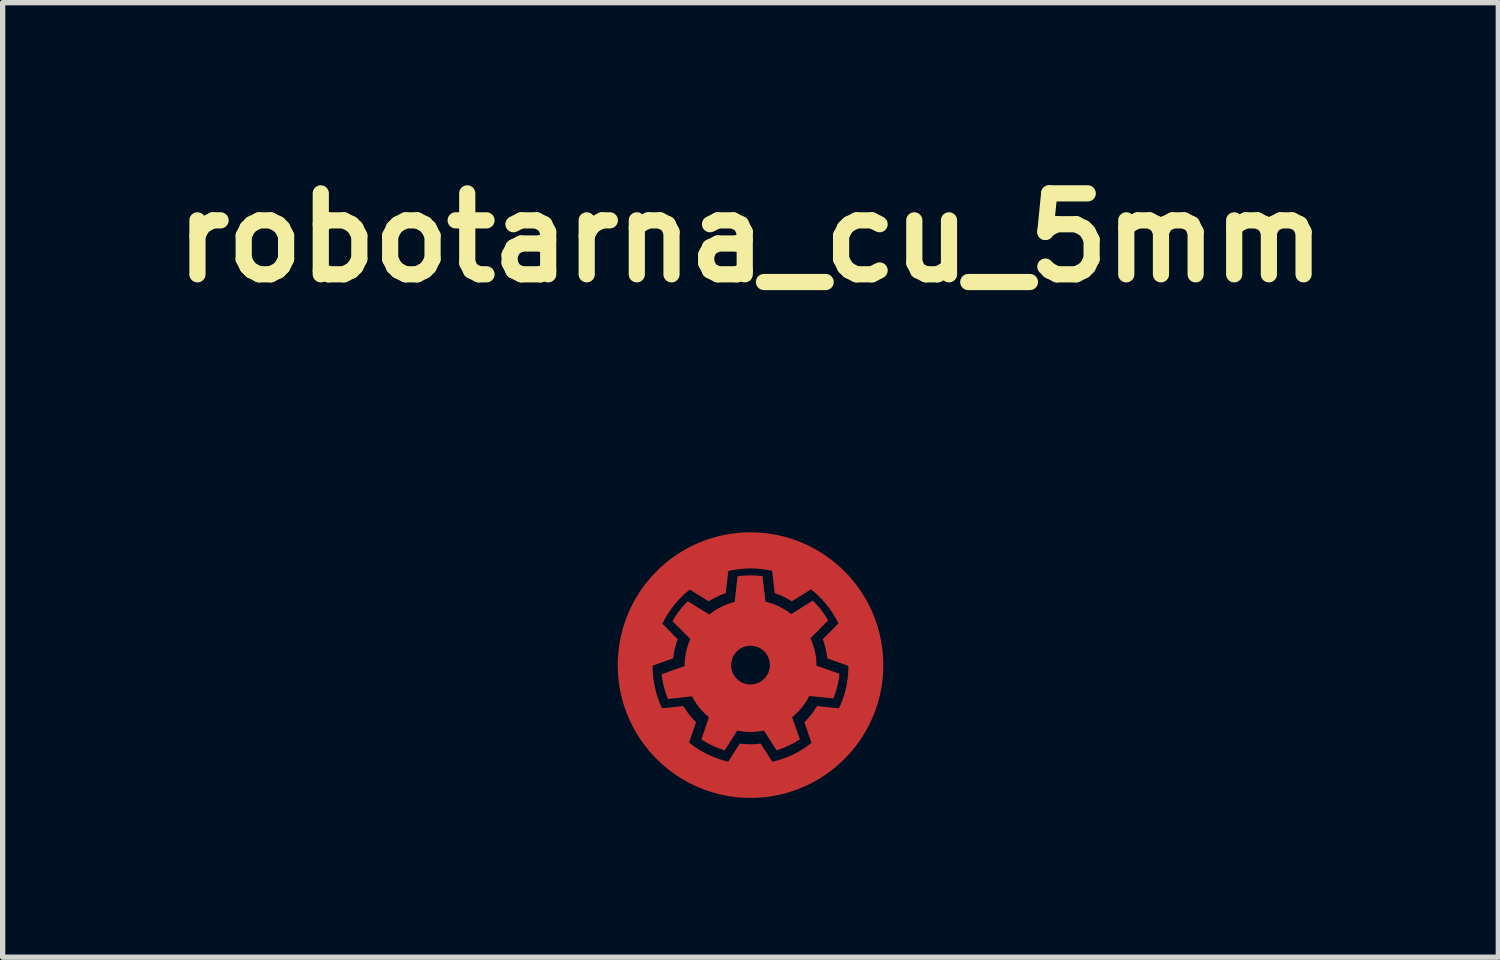
<source format=kicad_pcb>
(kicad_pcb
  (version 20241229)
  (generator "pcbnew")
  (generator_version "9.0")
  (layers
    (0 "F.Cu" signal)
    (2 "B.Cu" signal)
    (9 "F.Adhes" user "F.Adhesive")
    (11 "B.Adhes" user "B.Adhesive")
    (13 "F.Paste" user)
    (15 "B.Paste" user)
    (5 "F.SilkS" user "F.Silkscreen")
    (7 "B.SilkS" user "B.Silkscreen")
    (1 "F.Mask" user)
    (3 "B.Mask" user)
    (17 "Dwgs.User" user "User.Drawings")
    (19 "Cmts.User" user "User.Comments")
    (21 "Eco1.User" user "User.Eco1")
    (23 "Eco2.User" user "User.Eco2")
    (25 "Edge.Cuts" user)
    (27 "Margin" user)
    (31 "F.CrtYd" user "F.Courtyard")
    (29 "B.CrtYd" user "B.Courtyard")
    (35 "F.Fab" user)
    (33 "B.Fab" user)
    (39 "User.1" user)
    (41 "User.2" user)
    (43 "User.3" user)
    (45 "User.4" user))
  (footprint "robotarna_cu_5mm"
    (layer "F.Cu")
    (at 11.082 9.474)
    (property "Reference" "robotarna_cu_5mm" (at 0 -8.048 0) (layer "F.SilkS") (effects (font (size 1.524 1.524) (thickness 0.305))))
    (attr smd)
    (fp_poly (pts (xy -0.000004 0.365) (xy -1.653 0.307) (xy -1.648 0.333) (xy -1.642 0.36) (xy -1.636 0.386) (xy -1.63 0.412) (xy -1.623 0.438) (xy -1.616 0.463) (xy -1.608 0.489) (xy -1.6 0.514) (xy -1.592 0.539) (xy -1.583 0.564) (xy -1.574 0.589) (xy -1.564 0.614) (xy -1.554 0.638) (xy -1.102 0.588) (xy -1.089 0.612) (xy -1.076 0.635) (xy -1.063 0.658) (xy -1.048 0.681) (xy -1.034 0.704) (xy -1.019 0.726) (xy -1.003 0.748) (xy -0.987 0.769) (xy -0.971 0.79) (xy -0.954 0.811) (xy -0.936 0.831) (xy -0.918 0.851) (xy -0.9 0.871) (xy -0.882 0.89) (xy -0.863 0.909) (xy -0.843 0.927) (xy -0.823 0.945) (xy -0.803 0.963) (xy -0.783 0.98) (xy -0.925 1.399) (xy -0.903 1.413) (xy -0.88 1.428) (xy -0.857 1.441) (xy -0.834 1.455) (xy -0.81 1.468) (xy -0.786 1.481) (xy -0.762 1.494) (xy -0.738 1.506) (xy -0.714 1.517) (xy -0.689 1.529) (xy -0.664 1.54) (xy -0.639 1.55) (xy -0.614 1.56) (xy -0.588 1.57) (xy -0.563 1.579) (xy -0.537 1.588) (xy -0.511 1.597) (xy -0.485 1.605) (xy -0.25 1.233) (xy -0.223 1.238) (xy -0.196 1.243) (xy -0.169 1.247) (xy -0.141 1.25) (xy -0.114 1.253) (xy -0.086 1.255) (xy -0.058 1.257) (xy -0.029 1.258) (xy -0.001 1.258) (xy 0.025 1.258) (xy 0.051 1.257) (xy 0.077 1.256) (xy 0.102 1.254) (xy 0.128 1.252) (xy 0.153 1.249) (xy 0.178 1.246) (xy 0.203 1.242) (xy 0.228 1.237) (xy 0.253 1.233) (xy 0.49 1.604) (xy 0.517 1.596) (xy 0.543 1.587) (xy 0.568 1.578) (xy 0.594 1.569) (xy 0.619 1.559) (xy 0.645 1.549) (xy 0.669 1.538) (xy 0.694 1.527) (xy 0.719 1.516) (xy 0.743 1.504) (xy 0.767 1.492) (xy 0.791 1.479) (xy 0.815 1.466) (xy 0.838 1.453) (xy 0.862 1.44) (xy 0.885 1.426) (xy 0.907 1.411) (xy 0.93 1.397) (xy 0.784 0.98) (xy 0.805 0.962) (xy 0.826 0.945) (xy 0.846 0.926) (xy 0.865 0.908) (xy 0.885 0.889) (xy 0.904 0.869) (xy 0.922 0.849) (xy 0.94 0.829) (xy 0.958 0.808) (xy 0.975 0.787) (xy 0.991 0.765) (xy 1.007 0.744) (xy 1.023 0.721) (xy 1.038 0.699) (xy 1.053 0.676) (xy 1.067 0.653) (xy 1.081 0.629) (xy 1.094 0.605) (xy 1.107 0.581) (xy 1.56 0.628) (xy 1.569 0.604) (xy 1.579 0.579) (xy 1.588 0.554) (xy 1.596 0.53) (xy 1.605 0.504) (xy 1.612 0.479) (xy 1.62 0.454) (xy 1.627 0.428) (xy 1.634 0.402) (xy 1.64 0.376) (xy 1.646 0.35) (xy 1.651 0.324) (xy 1.656 0.297) (xy 1.661 0.271) (xy 1.665 0.244) (xy 1.669 0.217) (xy 1.672 0.19) (xy 1.675 0.163) (xy 1.243 0.011) (xy 1.242 -0.018) (xy 1.241 -0.046) (xy 1.239 -0.075) (xy 1.237 -0.103) (xy 1.234 -0.132) (xy 1.23 -0.16) (xy 1.226 -0.188) (xy 1.221 -0.215) (xy 1.216 -0.243) (xy 1.209 -0.27) (xy 1.203 -0.297) (xy 1.195 -0.324) (xy 1.188 -0.35) (xy 1.179 -0.377) (xy 1.17 -0.403) (xy 1.161 -0.429) (xy 1.151 -0.454) (xy 1.14 -0.479) (xy 1.129 -0.504) (xy 1.462 -0.843) (xy 1.448 -0.867) (xy 1.433 -0.891) (xy 1.418 -0.914) (xy 1.403 -0.938) (xy 1.387 -0.961) (xy 1.371 -0.983) (xy 1.355 -1.006) (xy 1.338 -1.028) (xy 1.321 -1.05) (xy 1.304 -1.072) (xy 1.286 -1.093) (xy 1.268 -1.114) (xy 1.249 -1.135) (xy 1.231 -1.155) (xy 1.211 -1.176) (xy 1.192 -1.195) (xy 1.172 -1.215) (xy 0.767 -0.961) (xy 0.746 -0.977) (xy 0.725 -0.993) (xy 0.703 -1.009) (xy 0.68 -1.024) (xy 0.658 -1.038) (xy 0.635 -1.052) (xy 0.612 -1.065) (xy 0.588 -1.078) (xy 0.564 -1.091) (xy 0.54 -1.103) (xy 0.516 -1.114) (xy 0.491 -1.125) (xy 0.466 -1.136) (xy 0.44 -1.146) (xy 0.415 -1.155) (xy 0.389 -1.164) (xy 0.363 -1.172) (xy 0.337 -1.18) (xy 0.31 -1.187) (xy 0.283 -1.194) (xy 0.225 -1.675) (xy 0.198 -1.678) (xy 0.17 -1.681) (xy 0.143 -1.684) (xy 0.115 -1.686) (xy 0.087 -1.688) (xy 0.059 -1.689) (xy 0.031 -1.69) (xy 0.003 -1.69) (xy -0.025 -1.69) (xy -0.053 -1.689) (xy -0.08 -1.688) (xy -0.108 -1.686) (xy -0.135 -1.684) (xy -0.163 -1.682) (xy -0.19 -1.679) (xy -0.217 -1.676) (xy -0.244 -1.672) (xy -0.299 -1.189) (xy -0.325 -1.183) (xy -0.351 -1.175) (xy -0.377 -1.167) (xy -0.403 -1.159) (xy -0.429 -1.15) (xy -0.454 -1.14) (xy -0.479 -1.13) (xy -0.504 -1.119) (xy -0.528 -1.108) (xy -0.552 -1.096) (xy -0.576 -1.084) (xy -0.6 -1.071) (xy -0.623 -1.058) (xy -0.646 -1.045) (xy -0.668 -1.03) (xy -0.691 -1.016) (xy -0.712 -1.001) (xy -0.734 -0.985) (xy -0.755 -0.969) (xy -0.776 -0.953) (xy -1.183 -1.204) (xy -1.202 -1.184) (xy -1.221 -1.164) (xy -1.24 -1.143) (xy -1.259 -1.123) (xy -1.277 -1.102) (xy -1.295 -1.08) (xy -1.313 -1.059) (xy -1.33 -1.037) (xy -1.347 -1.015) (xy -1.364 -0.992) (xy -1.38 -0.969) (xy -1.396 -0.946) (xy -1.411 -0.923) (xy -1.426 -0.899) (xy -1.441 -0.875) (xy -1.455 -0.851) (xy -1.469 -0.827) (xy -1.133 -0.491) (xy -1.144 -0.466) (xy -1.154 -0.441) (xy -1.164 -0.416) (xy -1.173 -0.391) (xy -1.182 -0.366) (xy -1.19 -0.34) (xy -1.197 -0.314) (xy -1.204 -0.287) (xy -1.21 -0.261) (xy -1.216 -0.234) (xy -1.221 -0.207) (xy -1.226 -0.18) (xy -1.23 -0.153) (xy -1.233 -0.125) (xy -1.236 -0.098) (xy -1.238 -0.07) (xy -1.24 -0.042) (xy -1.241 -0.014) (xy -1.241 0.015) (xy -1.241 0.017) (xy -1.673 0.172) (xy -1.67 0.199) (xy -1.666 0.226) (xy -1.662 0.253) (xy -1.658 0.28) (xy -1.653 0.307) (xy -0.000004 0.365) (xy -0.026 0.364) (xy -0.052 0.361) (xy -0.077 0.357) (xy -0.101 0.35) (xy -0.125 0.343) (xy -0.148 0.334) (xy -0.17 0.323) (xy -0.191 0.311) (xy -0.211 0.297) (xy -0.231 0.282) (xy -0.249 0.266) (xy -0.266 0.249) (xy -0.282 0.231) (xy -0.297 0.211) (xy -0.311 0.191) (xy -0.323 0.17) (xy -0.334 0.148) (xy -0.343 0.125) (xy -0.35 0.101) (xy -0.357 0.077) (xy -0.361 0.052) (xy -0.364 0.026) (xy -0.365 0.000008) (xy -0.364 -0.026) (xy -0.361 -0.052) (xy -0.357 -0.077) (xy -0.35 -0.101) (xy -0.343 -0.125) (xy -0.334 -0.148) (xy -0.323 -0.17) (xy -0.311 -0.191) (xy -0.297 -0.211) (xy -0.282 -0.231) (xy -0.266 -0.249) (xy -0.249 -0.266) (xy -0.231 -0.282) (xy -0.211 -0.297) (xy -0.191 -0.311) (xy -0.17 -0.323) (xy -0.148 -0.334) (xy -0.125 -0.343) (xy -0.101 -0.35) (xy -0.077 -0.357) (xy -0.052 -0.361) (xy -0.026 -0.364) (xy -0.000004 -0.365) (xy 0.026 -0.364) (xy 0.052 -0.361) (xy 0.077 -0.357) (xy 0.101 -0.35) (xy 0.125 -0.343) (xy 0.148 -0.334) (xy 0.17 -0.323) (xy 0.191 -0.311) (xy 0.211 -0.297) (xy 0.231 -0.282) (xy 0.249 -0.266) (xy 0.266 -0.249) (xy 0.282 -0.231) (xy 0.297 -0.211) (xy 0.311 -0.191) (xy 0.323 -0.17) (xy 0.334 -0.148) (xy 0.343 -0.125) (xy 0.35 -0.101) (xy 0.357 -0.077) (xy 0.361 -0.052) (xy 0.364 -0.026) (xy 0.365 0.000008) (xy 0.364 0.026) (xy 0.361 0.052) (xy 0.357 0.077) (xy 0.35 0.101) (xy 0.343 0.125) (xy 0.334 0.148) (xy 0.323 0.17) (xy 0.311 0.191) (xy 0.297 0.211) (xy 0.282 0.231) (xy 0.266 0.249) (xy 0.249 0.266) (xy 0.231 0.282) (xy 0.211 0.297) (xy 0.191 0.311) (xy 0.17 0.323) (xy 0.148 0.334) (xy 0.125 0.343) (xy 0.101 0.35) (xy 0.077 0.357) (xy 0.052 0.361) (xy 0.026 0.364) (xy -0.000004 0.365)) (stroke (width 0) (type solid)) (fill yes) (layer "F.Cu"))
    (fp_poly (pts (xy 1.665 0.814) (xy 0.369 2.473) (xy 0.395 2.469) (xy 0.421 2.465) (xy 0.447 2.46) (xy 0.472 2.455) (xy 0.497 2.45) (xy 0.523 2.445) (xy 0.548 2.44) (xy 0.573 2.434) (xy 0.598 2.428) (xy 0.623 2.422) (xy 0.648 2.415) (xy 0.673 2.408) (xy 0.697 2.401) (xy 0.722 2.394) (xy 0.746 2.387) (xy 0.771 2.379) (xy 0.795 2.371) (xy 0.819 2.363) (xy 0.843 2.354) (xy 0.867 2.346) (xy 0.891 2.337) (xy 0.914 2.327) (xy 0.938 2.318) (xy 0.961 2.308) (xy 0.985 2.299) (xy 1.008 2.288) (xy 1.031 2.278) (xy 1.054 2.268) (xy 1.077 2.257) (xy 1.099 2.246) (xy 1.122 2.235) (xy 1.144 2.223) (xy 1.167 2.212) (xy 1.189 2.2) (xy 1.211 2.188) (xy 1.233 2.175) (xy 1.255 2.163) (xy 1.276 2.15) (xy 1.298 2.137) (xy 1.319 2.124) (xy 1.34 2.111) (xy 1.361 2.097) (xy 1.382 2.083) (xy 1.403 2.07) (xy 1.424 2.055) (xy 1.444 2.041) (xy 1.464 2.026) (xy 1.485 2.012) (xy 1.505 1.997) (xy 1.524 1.982) (xy 1.544 1.966) (xy 1.564 1.951) (xy 1.583 1.935) (xy 1.602 1.919) (xy 1.621 1.903) (xy 1.64 1.887) (xy 1.659 1.87) (xy 1.677 1.854) (xy 1.696 1.837) (xy 1.714 1.82) (xy 1.732 1.803) (xy 1.75 1.785) (xy 1.768 1.768) (xy 1.785 1.75) (xy 1.803 1.732) (xy 1.82 1.714) (xy 1.837 1.696) (xy 1.854 1.677) (xy 1.87 1.659) (xy 1.887 1.64) (xy 1.903 1.621) (xy 1.919 1.602) (xy 1.935 1.583) (xy 1.951 1.564) (xy 1.966 1.544) (xy 1.982 1.524) (xy 1.997 1.505) (xy 2.012 1.485) (xy 2.026 1.464) (xy 2.041 1.444) (xy 2.055 1.424) (xy 2.07 1.403) (xy 2.083 1.382) (xy 2.097 1.361) (xy 2.111 1.34) (xy 2.124 1.319) (xy 2.137 1.298) (xy 2.15 1.276) (xy 2.163 1.255) (xy 2.175 1.233) (xy 2.188 1.211) (xy 2.2 1.189) (xy 2.212 1.167) (xy 2.223 1.144) (xy 2.235 1.122) (xy 2.246 1.099) (xy 2.257 1.077) (xy 2.268 1.054) (xy 2.278 1.031) (xy 2.288 1.008) (xy 2.299 0.985) (xy 2.308 0.961) (xy 2.318 0.938) (xy 2.327 0.914) (xy 2.337 0.891) (xy 2.346 0.867) (xy 2.354 0.843) (xy 2.363 0.819) (xy 2.371 0.795) (xy 2.379 0.771) (xy 2.387 0.746) (xy 2.394 0.722) (xy 2.401 0.697) (xy 2.408 0.673) (xy 2.415 0.648) (xy 2.422 0.623) (xy 2.428 0.598) (xy 2.434 0.573) (xy 2.44 0.548) (xy 2.445 0.523) (xy 2.45 0.497) (xy 2.455 0.472) (xy 2.46 0.447) (xy 2.465 0.421) (xy 2.469 0.395) (xy 2.473 0.369) (xy 2.477 0.344) (xy 2.48 0.318) (xy 2.483 0.292) (xy 2.486 0.265) (xy 2.489 0.239) (xy 2.491 0.213) (xy 2.493 0.187) (xy 2.495 0.16) (xy 2.496 0.134) (xy 2.498 0.107) (xy 2.499 0.08) (xy 2.499 0.054) (xy 2.5 0.027) (xy 2.5 0.000007) (xy 2.5 -0.027) (xy 2.499 -0.054) (xy 2.499 -0.08) (xy 2.498 -0.107) (xy 2.496 -0.134) (xy 2.495 -0.16) (xy 2.493 -0.187) (xy 2.491 -0.213) (xy 2.489 -0.239) (xy 2.486 -0.265) (xy 2.483 -0.292) (xy 2.48 -0.318) (xy 2.477 -0.344) (xy 2.473 -0.369) (xy 2.469 -0.395) (xy 2.465 -0.421) (xy 2.46 -0.447) (xy 2.455 -0.472) (xy 2.45 -0.497) (xy 2.445 -0.523) (xy 2.44 -0.548) (xy 2.434 -0.573) (xy 2.428 -0.598) (xy 2.422 -0.623) (xy 2.415 -0.648) (xy 2.408 -0.673) (xy 2.401 -0.697) (xy 2.394 -0.722) (xy 2.387 -0.746) (xy 2.379 -0.771) (xy 2.371 -0.795) (xy 2.363 -0.819) (xy 2.354 -0.843) (xy 2.346 -0.867) (xy 2.337 -0.891) (xy 2.327 -0.914) (xy 2.318 -0.938) (xy 2.308 -0.961) (xy 2.299 -0.985) (xy 2.288 -1.008) (xy 2.278 -1.031) (xy 2.268 -1.054) (xy 2.257 -1.077) (xy 2.246 -1.099) (xy 2.235 -1.122) (xy 2.223 -1.144) (xy 2.212 -1.167) (xy 2.2 -1.189) (xy 2.188 -1.211) (xy 2.175 -1.233) (xy 2.163 -1.255) (xy 2.15 -1.276) (xy 2.137 -1.298) (xy 2.124 -1.319) (xy 2.111 -1.34) (xy 2.097 -1.361) (xy 2.083 -1.382) (xy 2.07 -1.403) (xy 2.055 -1.424) (xy 2.041 -1.444) (xy 2.026 -1.464) (xy 2.012 -1.485) (xy 1.997 -1.505) (xy 1.982 -1.524) (xy 1.966 -1.544) (xy 1.951 -1.564) (xy 1.935 -1.583) (xy 1.919 -1.602) (xy 1.903 -1.621) (xy 1.887 -1.64) (xy 1.87 -1.659) (xy 1.854 -1.677) (xy 1.837 -1.696) (xy 1.82 -1.714) (xy 1.803 -1.732) (xy 1.785 -1.75) (xy 1.768 -1.768) (xy 1.75 -1.785) (xy 1.732 -1.803) (xy 1.714 -1.82) (xy 1.696 -1.837) (xy 1.677 -1.854) (xy 1.659 -1.87) (xy 1.64 -1.887) (xy 1.621 -1.903) (xy 1.602 -1.919) (xy 1.583 -1.935) (xy 1.564 -1.951) (xy 1.544 -1.966) (xy 1.524 -1.982) (xy 1.505 -1.997) (xy 1.485 -2.012) (xy 1.464 -2.026) (xy 1.444 -2.041) (xy 1.424 -2.055) (xy 1.403 -2.07) (xy 1.382 -2.083) (xy 1.361 -2.097) (xy 1.34 -2.111) (xy 1.319 -2.124) (xy 1.298 -2.137) (xy 1.276 -2.15) (xy 1.255 -2.163) (xy 1.233 -2.175) (xy 1.211 -2.188) (xy 1.189 -2.2) (xy 1.167 -2.212) (xy 1.144 -2.223) (xy 1.122 -2.235) (xy 1.099 -2.246) (xy 1.077 -2.257) (xy 1.054 -2.268) (xy 1.031 -2.278) (xy 1.008 -2.288) (xy 0.985 -2.299) (xy 0.961 -2.308) (xy 0.938 -2.318) (xy 0.914 -2.327) (xy 0.891 -2.337) (xy 0.867 -2.346) (xy 0.843 -2.354) (xy 0.819 -2.363) (xy 0.795 -2.371) (xy 0.771 -2.379) (xy 0.746 -2.387) (xy 0.722 -2.394) (xy 0.697 -2.401) (xy 0.673 -2.408) (xy 0.648 -2.415) (xy 0.623 -2.422) (xy 0.598 -2.428) (xy 0.573 -2.434) (xy 0.548 -2.44) (xy 0.523 -2.445) (xy 0.497 -2.45) (xy 0.472 -2.455) (xy 0.447 -2.46) (xy 0.421 -2.465) (xy 0.395 -2.469) (xy 0.369 -2.473) (xy 0.344 -2.477) (xy 0.318 -2.48) (xy 0.292 -2.483) (xy 0.265 -2.486) (xy 0.239 -2.489) (xy 0.213 -2.491) (xy 0.187 -2.493) (xy 0.16 -2.495) (xy 0.134 -2.496) (xy 0.107 -2.498) (xy 0.08 -2.499) (xy 0.054 -2.499) (xy 0.027 -2.5) (xy -0.000007 -2.5) (xy -0.027 -2.5) (xy -0.054 -2.499) (xy -0.08 -2.499) (xy -0.107 -2.498) (xy -0.134 -2.496) (xy -0.16 -2.495) (xy -0.187 -2.493) (xy -0.213 -2.491) (xy -0.239 -2.489) (xy -0.265 -2.486) (xy -0.292 -2.483) (xy -0.318 -2.48) (xy -0.344 -2.477) (xy -0.369 -2.473) (xy -0.395 -2.469) (xy -0.421 -2.465) (xy -0.447 -2.46) (xy -0.472 -2.455) (xy -0.497 -2.45) (xy -0.523 -2.445) (xy -0.548 -2.44) (xy -0.573 -2.434) (xy -0.598 -2.428) (xy -0.623 -2.422) (xy -0.648 -2.415) (xy -0.673 -2.408) (xy -0.697 -2.401) (xy -0.722 -2.394) (xy -0.746 -2.387) (xy -0.771 -2.379) (xy -0.795 -2.371) (xy -0.819 -2.363) (xy -0.843 -2.354) (xy -0.867 -2.346) (xy -0.891 -2.337) (xy -0.914 -2.327) (xy -0.938 -2.318) (xy -0.961 -2.308) (xy -0.985 -2.299) (xy -1.008 -2.288) (xy -1.031 -2.278) (xy -1.054 -2.268) (xy -1.077 -2.257) (xy -1.099 -2.246) (xy -1.122 -2.235) (xy -1.144 -2.223) (xy -1.167 -2.212) (xy -1.189 -2.2) (xy -1.211 -2.188) (xy -1.233 -2.175) (xy -1.255 -2.163) (xy -1.276 -2.15) (xy -1.298 -2.137) (xy -1.319 -2.124) (xy -1.34 -2.111) (xy -1.361 -2.097) (xy -1.382 -2.083) (xy -1.403 -2.07) (xy -1.424 -2.055) (xy -1.444 -2.041) (xy -1.464 -2.026) (xy -1.485 -2.012) (xy -1.505 -1.997) (xy -1.524 -1.982) (xy -1.544 -1.966) (xy -1.564 -1.951) (xy -1.583 -1.935) (xy -1.602 -1.919) (xy -1.621 -1.903) (xy -1.64 -1.887) (xy -1.659 -1.87) (xy -1.677 -1.854) (xy -1.696 -1.837) (xy -1.714 -1.82) (xy -1.732 -1.803) (xy -1.75 -1.785) (xy -1.768 -1.768) (xy -1.785 -1.75) (xy -1.803 -1.732) (xy -1.82 -1.714) (xy -1.837 -1.696) (xy -1.854 -1.677) (xy -1.87 -1.659) (xy -1.887 -1.64) (xy -1.903 -1.621) (xy -1.919 -1.602) (xy -1.935 -1.583) (xy -1.951 -1.564) (xy -1.966 -1.544) (xy -1.982 -1.524) (xy -1.997 -1.505) (xy -2.012 -1.485) (xy -2.026 -1.464) (xy -2.041 -1.444) (xy -2.055 -1.424) (xy -2.07 -1.403) (xy -2.083 -1.382) (xy -2.097 -1.361) (xy -2.111 -1.34) (xy -2.124 -1.319) (xy -2.137 -1.298) (xy -2.15 -1.276) (xy -2.163 -1.255) (xy -2.175 -1.233) (xy -2.188 -1.211) (xy -2.2 -1.189) (xy -2.212 -1.167) (xy -2.223 -1.144) (xy -2.235 -1.122) (xy -2.246 -1.099) (xy -2.257 -1.077) (xy -2.268 -1.054) (xy -2.278 -1.031) (xy -2.288 -1.008) (xy -2.299 -0.985) (xy -2.308 -0.961) (xy -2.318 -0.938) (xy -2.327 -0.914) (xy -2.337 -0.891) (xy -2.346 -0.867) (xy -2.354 -0.843) (xy -2.363 -0.819) (xy -2.371 -0.795) (xy -2.379 -0.771) (xy -2.387 -0.746) (xy -2.394 -0.722) (xy -2.401 -0.697) (xy -2.408 -0.673) (xy -2.415 -0.648) (xy -2.422 -0.623) (xy -2.428 -0.598) (xy -2.434 -0.573) (xy -2.44 -0.548) (xy -2.445 -0.523) (xy -2.45 -0.497) (xy -2.455 -0.472) (xy -2.46 -0.447) (xy -2.465 -0.421) (xy -2.469 -0.395) (xy -2.473 -0.369) (xy -2.477 -0.344) (xy -2.48 -0.318) (xy -2.483 -0.292) (xy -2.486 -0.265) (xy -2.489 -0.239) (xy -2.491 -0.213) (xy -2.493 -0.187) (xy -2.495 -0.16) (xy -2.496 -0.134) (xy -2.498 -0.107) (xy -2.499 -0.08) (xy -2.499 -0.054) (xy -2.5 -0.027) (xy -2.5 0.000007) (xy -2.5 0.027) (xy -2.499 0.054) (xy -2.499 0.08) (xy -2.498 0.107) (xy -2.496 0.134) (xy -2.495 0.16) (xy -2.493 0.187) (xy -2.491 0.213) (xy -2.489 0.239) (xy -2.486 0.265) (xy -2.483 0.292) (xy -2.48 0.318) (xy -2.477 0.344) (xy -2.473 0.369) (xy -2.469 0.395) (xy -2.465 0.421) (xy -2.46 0.447) (xy -2.455 0.472) (xy -2.45 0.497) (xy -2.445 0.523) (xy -2.44 0.548) (xy -2.434 0.573) (xy -2.428 0.598) (xy -2.422 0.623) (xy -2.415 0.648) (xy -2.408 0.673) (xy -2.401 0.697) (xy -2.394 0.722) (xy -2.387 0.746) (xy -2.379 0.771) (xy -2.371 0.795) (xy -2.363 0.819) (xy -2.354 0.843) (xy -2.346 0.867) (xy -2.337 0.891) (xy -2.327 0.914) (xy -2.318 0.938) (xy -2.308 0.961) (xy -2.299 0.985) (xy -2.288 1.008) (xy -2.278 1.031) (xy -2.268 1.054) (xy -2.257 1.077) (xy -2.246 1.099) (xy -2.235 1.122) (xy -2.223 1.144) (xy -2.212 1.167) (xy -2.2 1.189) (xy -2.188 1.211) (xy -2.175 1.233) (xy -2.163 1.255) (xy -2.15 1.276) (xy -2.137 1.298) (xy -2.124 1.319) (xy -2.111 1.34) (xy -2.097 1.361) (xy -2.083 1.382) (xy -2.07 1.403) (xy -2.055 1.424) (xy -2.041 1.444) (xy -2.026 1.464) (xy -2.012 1.485) (xy -1.997 1.505) (xy -1.982 1.524) (xy -1.966 1.544) (xy -1.951 1.564) (xy -1.935 1.583) (xy -1.919 1.602) (xy -1.903 1.621) (xy -1.887 1.64) (xy -1.87 1.659) (xy -1.854 1.677) (xy -1.837 1.696) (xy -1.82 1.714) (xy -1.803 1.732) (xy -1.785 1.75) (xy -1.768 1.768) (xy -1.75 1.785) (xy -1.732 1.803) (xy -1.714 1.82) (xy -1.696 1.837) (xy -1.677 1.854) (xy -1.659 1.87) (xy -1.64 1.887) (xy -1.621 1.903) (xy -1.602 1.919) (xy -1.583 1.935) (xy -1.564 1.951) (xy -1.544 1.966) (xy -1.524 1.982) (xy -1.505 1.997) (xy -1.485 2.012) (xy -1.464 2.026) (xy -1.444 2.041) (xy -1.424 2.055) (xy -1.403 2.07) (xy -1.382 2.083) (xy -1.361 2.097) (xy -1.34 2.111) (xy -1.319 2.124) (xy -1.298 2.137) (xy -1.276 2.15) (xy -1.255 2.163) (xy -1.233 2.175) (xy -1.211 2.188) (xy -1.189 2.2) (xy -1.167 2.212) (xy -1.144 2.223) (xy -1.122 2.235) (xy -1.099 2.246) (xy -1.077 2.257) (xy -1.054 2.268) (xy -1.031 2.278) (xy -1.008 2.288) (xy -0.985 2.299) (xy -0.961 2.308) (xy -0.938 2.318) (xy -0.914 2.327) (xy -0.891 2.337) (xy -0.867 2.346) (xy -0.843 2.354) (xy -0.819 2.363) (xy -0.795 2.371) (xy -0.771 2.379) (xy -0.746 2.387) (xy -0.722 2.394) (xy -0.697 2.401) (xy -0.673 2.408) (xy -0.648 2.415) (xy -0.623 2.422) (xy -0.598 2.428) (xy -0.573 2.434) (xy -0.548 2.44) (xy -0.523 2.445) (xy -0.497 2.45) (xy -0.472 2.455) (xy -0.447 2.46) (xy -0.421 2.465) (xy -0.395 2.469) (xy -0.369 2.473) (xy -0.344 2.477) (xy -0.318 2.48) (xy -0.292 2.483) (xy -0.265 2.486) (xy -0.239 2.489) (xy -0.213 2.491) (xy -0.187 2.493) (xy -0.16 2.495) (xy -0.134 2.496) (xy -0.107 2.498) (xy -0.08 2.499) (xy -0.054 2.499) (xy -0.027 2.5) (xy -0.000007 2.5) (xy 0.027 2.5) (xy 0.054 2.499) (xy 0.08 2.499) (xy 0.107 2.498) (xy 0.134 2.496) (xy 0.16 2.495) (xy 0.187 2.493) (xy 0.213 2.491) (xy 0.239 2.489) (xy 0.265 2.486) (xy 0.292 2.483) (xy 0.318 2.48) (xy 0.344 2.477) (xy 0.369 2.473) (xy 1.665 0.814) (xy 1.254 0.77) (xy 1.239 0.794) (xy 1.224 0.817) (xy 1.209 0.841) (xy 1.193 0.864) (xy 1.177 0.886) (xy 1.161 0.909) (xy 1.144 0.931) (xy 1.127 0.952) (xy 1.109 0.974) (xy 1.091 0.995) (xy 1.072 1.015) (xy 1.053 1.036) (xy 1.034 1.056) (xy 1.014 1.075) (xy 1.148 1.464) (xy 1.127 1.481) (xy 1.105 1.497) (xy 1.083 1.514) (xy 1.061 1.53) (xy 1.039 1.545) (xy 1.016 1.56) (xy 0.993 1.575) (xy 0.97 1.59) (xy 0.947 1.604) (xy 0.923 1.618) (xy 0.9 1.631) (xy 0.876 1.645) (xy 0.851 1.658) (xy 0.827 1.67) (xy 0.802 1.682) (xy 0.778 1.694) (xy 0.753 1.705) (xy 0.727 1.717) (xy 0.702 1.727) (xy 0.676 1.738) (xy 0.65 1.748) (xy 0.624 1.757) (xy 0.598 1.766) (xy 0.572 1.775) (xy 0.545 1.784) (xy 0.519 1.792) (xy 0.492 1.799) (xy 0.465 1.807) (xy 0.438 1.813) (xy 0.41 1.82) (xy 0.193 1.477) (xy 0.168 1.48) (xy 0.144 1.483) (xy 0.119 1.485) (xy 0.095 1.487) (xy 0.07 1.489) (xy 0.045 1.49) (xy 0.02 1.49) (xy -0.005 1.491) (xy -0.03 1.49) (xy -0.056 1.49) (xy -0.08 1.489) (xy -0.105 1.487) (xy -0.13 1.485) (xy -0.155 1.483) (xy -0.179 1.48) (xy -0.203 1.477) (xy -0.42 1.818) (xy -0.447 1.811) (xy -0.474 1.804) (xy -0.501 1.797) (xy -0.528 1.789) (xy -0.555 1.781) (xy -0.581 1.772) (xy -0.608 1.763) (xy -0.634 1.754) (xy -0.66 1.744) (xy -0.685 1.734) (xy -0.711 1.723) (xy -0.736 1.713) (xy -0.762 1.701) (xy -0.787 1.69) (xy -0.811 1.678) (xy -0.836 1.666) (xy -0.86 1.653) (xy -0.885 1.64) (xy -0.909 1.626) (xy -0.932 1.613) (xy -0.956 1.599) (xy -0.979 1.584) (xy -1.002 1.57) (xy -1.025 1.555) (xy -1.048 1.539) (xy -1.07 1.523) (xy -1.092 1.507) (xy -1.114 1.491) (xy -1.135 1.474) (xy -1.157 1.457) (xy -1.025 1.075) (xy -1.045 1.056) (xy -1.064 1.036) (xy -1.083 1.015) (xy -1.101 0.995) (xy -1.119 0.974) (xy -1.137 0.952) (xy -1.155 0.931) (xy -1.172 0.909) (xy -1.188 0.886) (xy -1.204 0.864) (xy -1.22 0.841) (xy -1.235 0.817) (xy -1.25 0.794) (xy -1.264 0.77) (xy -1.665 0.813) (xy -1.676 0.789) (xy -1.687 0.765) (xy -1.698 0.74) (xy -1.708 0.716) (xy -1.718 0.691) (xy -1.727 0.666) (xy -1.736 0.641) (xy -1.745 0.616) (xy -1.754 0.59) (xy -1.762 0.565) (xy -1.77 0.539) (xy -1.777 0.513) (xy -1.784 0.487) (xy -1.79 0.461) (xy -1.797 0.434) (xy -1.803 0.408) (xy -1.808 0.381) (xy -1.813 0.354) (xy -1.818 0.327) (xy -1.822 0.3) (xy -1.826 0.273) (xy -1.829 0.246) (xy -1.833 0.218) (xy -1.835 0.191) (xy -1.838 0.163) (xy -1.839 0.135) (xy -1.841 0.107) (xy -1.842 0.079) (xy -1.843 0.051) (xy -1.843 0.023) (xy -1.843 0.01) (xy -1.456 -0.127) (xy -1.453 -0.154) (xy -1.45 -0.181) (xy -1.446 -0.207) (xy -1.441 -0.234) (xy -1.436 -0.26) (xy -1.43 -0.286) (xy -1.425 -0.312) (xy -1.418 -0.337) (xy -1.411 -0.363) (xy -1.404 -0.388) (xy -1.396 -0.413) (xy -1.388 -0.438) (xy -1.379 -0.463) (xy -1.37 -0.487) (xy -1.659 -0.779) (xy -1.647 -0.804) (xy -1.634 -0.829) (xy -1.621 -0.854) (xy -1.608 -0.878) (xy -1.594 -0.902) (xy -1.58 -0.926) (xy -1.565 -0.95) (xy -1.55 -0.973) (xy -1.535 -0.997) (xy -1.52 -1.02) (xy -1.504 -1.042) (xy -1.488 -1.065) (xy -1.471 -1.087) (xy -1.454 -1.109) (xy -1.437 -1.131) (xy -1.42 -1.152) (xy -1.402 -1.173) (xy -1.384 -1.194) (xy -1.365 -1.215) (xy -1.346 -1.235) (xy -1.327 -1.255) (xy -1.308 -1.275) (xy -1.288 -1.294) (xy -1.269 -1.314) (xy -1.248 -1.332) (xy -1.228 -1.351) (xy -1.207 -1.369) (xy -1.186 -1.387) (xy -1.165 -1.405) (xy -1.143 -1.422) (xy -0.788 -1.201) (xy -0.765 -1.216) (xy -0.742 -1.23) (xy -0.718 -1.243) (xy -0.694 -1.257) (xy -0.67 -1.269) (xy -0.645 -1.281) (xy -0.62 -1.293) (xy -0.595 -1.305) (xy -0.57 -1.316) (xy -0.545 -1.326) (xy -0.519 -1.336) (xy -0.493 -1.345) (xy -0.467 -1.354) (xy -0.418 -1.772) (xy -0.391 -1.778) (xy -0.364 -1.784) (xy -0.337 -1.789) (xy -0.309 -1.794) (xy -0.282 -1.798) (xy -0.254 -1.802) (xy -0.226 -1.806) (xy -0.198 -1.809) (xy -0.17 -1.812) (xy -0.142 -1.814) (xy -0.114 -1.816) (xy -0.086 -1.818) (xy -0.057 -1.819) (xy -0.029 -1.82) (xy -0.000007 -1.82) (xy 0.028 -1.82) (xy 0.056 -1.819) (xy 0.083 -1.818) (xy 0.111 -1.817) (xy 0.138 -1.815) (xy 0.166 -1.812) (xy 0.193 -1.81) (xy 0.22 -1.807) (xy 0.247 -1.803) (xy 0.274 -1.799) (xy 0.301 -1.795) (xy 0.328 -1.791) (xy 0.354 -1.786) (xy 0.381 -1.78) (xy 0.407 -1.775) (xy 0.456 -1.354) (xy 0.482 -1.345) (xy 0.508 -1.336) (xy 0.534 -1.326) (xy 0.559 -1.316) (xy 0.585 -1.305) (xy 0.61 -1.293) (xy 0.635 -1.281) (xy 0.659 -1.269) (xy 0.683 -1.257) (xy 0.707 -1.243) (xy 0.731 -1.23) (xy 0.754 -1.216) (xy 0.777 -1.201) (xy 1.139 -1.426) (xy 1.16 -1.409) (xy 1.181 -1.391) (xy 1.203 -1.373) (xy 1.223 -1.355) (xy 1.244 -1.337) (xy 1.264 -1.318) (xy 1.284 -1.299) (xy 1.304 -1.28) (xy 1.323 -1.26) (xy 1.342 -1.24) (xy 1.361 -1.22) (xy 1.379 -1.199) (xy 1.397 -1.178) (xy 1.415 -1.157) (xy 1.433 -1.136) (xy 1.45 -1.115) (xy 1.467 -1.093) (xy 1.483 -1.071) (xy 1.5 -1.048) (xy 1.515 -1.026) (xy 1.531 -1.003) (xy 1.546 -0.98) (xy 1.561 -0.956) (xy 1.576 -0.933) (xy 1.59 -0.909) (xy 1.604 -0.885) (xy 1.617 -0.861) (xy 1.631 -0.836) (xy 1.643 -0.811) (xy 1.656 -0.786) (xy 1.36 -0.487) (xy 1.369 -0.463) (xy 1.377 -0.438) (xy 1.385 -0.413) (xy 1.393 -0.388) (xy 1.401 -0.363) (xy 1.407 -0.337) (xy 1.414 -0.312) (xy 1.42 -0.286) (xy 1.425 -0.26) (xy 1.43 -0.234) (xy 1.435 -0.207) (xy 1.439 -0.181) (xy 1.443 -0.154) (xy 1.446 -0.127) (xy 1.843 0.014) (xy 1.843 0.023) (xy 1.843 0.051) (xy 1.842 0.079) (xy 1.841 0.107) (xy 1.839 0.135) (xy 1.838 0.163) (xy 1.835 0.191) (xy 1.832 0.219) (xy 1.829 0.246) (xy 1.826 0.273) (xy 1.822 0.301) (xy 1.818 0.328) (xy 1.813 0.355) (xy 1.808 0.382) (xy 1.802 0.408) (xy 1.797 0.435) (xy 1.79 0.461) (xy 1.784 0.488) (xy 1.777 0.514) (xy 1.769 0.54) (xy 1.762 0.565) (xy 1.753 0.591) (xy 1.745 0.617) (xy 1.736 0.642) (xy 1.727 0.667) (xy 1.717 0.692) (xy 1.708 0.717) (xy 1.697 0.741) (xy 1.687 0.766) (xy 1.676 0.79) (xy 1.665 0.814)) (stroke (width 0) (type solid)) (fill yes) (layer "F.Cu")))
  (gr_rect
    (start -3 -3)
    (end 25.163 14.974)
    (stroke (width 0.1) (type default))
    (fill no)
    (layer "Edge.Cuts")))
</source>
